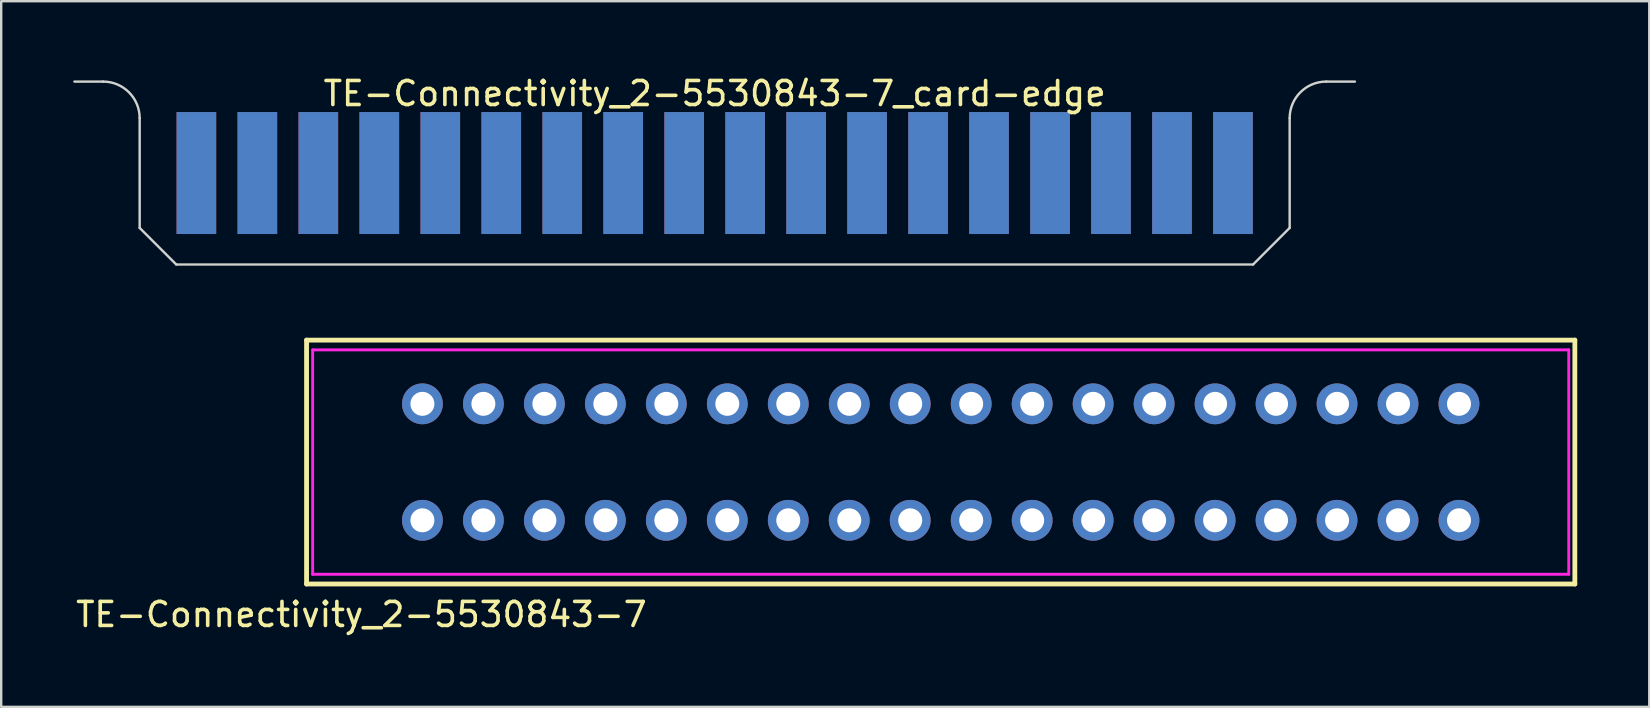
<source format=kicad_pcb>
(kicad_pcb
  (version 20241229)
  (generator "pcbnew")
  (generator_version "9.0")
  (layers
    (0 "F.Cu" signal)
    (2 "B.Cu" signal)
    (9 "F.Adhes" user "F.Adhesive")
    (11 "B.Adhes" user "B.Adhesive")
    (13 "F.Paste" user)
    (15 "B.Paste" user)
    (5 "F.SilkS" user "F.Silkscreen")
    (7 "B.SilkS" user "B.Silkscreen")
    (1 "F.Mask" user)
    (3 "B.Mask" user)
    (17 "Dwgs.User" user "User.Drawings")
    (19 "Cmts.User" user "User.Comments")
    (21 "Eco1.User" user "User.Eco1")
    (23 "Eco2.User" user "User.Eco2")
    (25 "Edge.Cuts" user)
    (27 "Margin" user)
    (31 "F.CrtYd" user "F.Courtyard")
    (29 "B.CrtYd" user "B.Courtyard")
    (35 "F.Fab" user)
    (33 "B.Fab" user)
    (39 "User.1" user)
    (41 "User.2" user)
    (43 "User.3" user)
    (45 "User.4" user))
  (footprint "TE-Connectivity_2-5530843-7_card-edge"
    (layer "F.Cu")
    (at 26.72 0.348)
    (property "Reference" "TE-Connectivity_2-5530843-7_card-edge" (at 0 0.5 0) (layer "F.SilkS") (effects (font (size 1 1) (thickness 0.15))))
    (attr smd)
    (fp_poly (pts (xy 23.952 1.27) (xy 23.952 6.096) (xy 22.428 7.595) (xy -22.428 7.62) (xy -23.952 6.096) (xy -23.952 1.27)) (stroke (width 0) (type solid)) (fill yes) (layer "F.Mask"))
    (fp_poly (pts (xy 23.952 1.27) (xy 23.952 6.096) (xy 22.428 7.62) (xy -22.428 7.62) (xy -23.952 6.096) (xy -23.952 1.27)) (stroke (width 0) (type solid)) (fill yes) (layer "B.Mask"))
    (fp_line (start -26.67 0) (end -25.476 0) (stroke (width 0.1) (type solid)) (layer "Edge.Cuts"))
    (fp_line (start -23.952 1.524) (end -23.952 6.096) (stroke (width 0.1) (type solid)) (layer "Edge.Cuts"))
    (fp_line (start -23.952 6.096) (end -22.428 7.62) (stroke (width 0.1) (type solid)) (layer "Edge.Cuts"))
    (fp_line (start -22.428 7.62) (end 22.428 7.62) (stroke (width 0.1) (type solid)) (layer "Edge.Cuts"))
    (fp_line (start 22.428 7.62) (end 23.952 6.096) (stroke (width 0.1) (type solid)) (layer "Edge.Cuts"))
    (fp_line (start 23.952 1.524) (end 23.952 6.096) (stroke (width 0.1) (type solid)) (layer "Edge.Cuts"))
    (fp_line (start 25.476 0) (end 26.67 0) (stroke (width 0.1) (type solid)) (layer "Edge.Cuts"))
    (fp_arc (start -25.4762 0) (mid -24.398569 0.446369) (end -23.9522 1.524) (stroke (width 0.1) (type solid)) (layer "Edge.Cuts"))
    (fp_arc (start 23.9522 1.524) (mid 24.398569 0.446369) (end 25.4762 0) (stroke (width 0.1) (type solid)) (layer "Edge.Cuts"))
    (pad "1" connect rect (at -21.59 3.81) (size 1.651 5.08) (layers "F.Cu" "F.Mask"))
    (pad "2" connect rect (at -21.59 3.81) (size 1.651 5.08) (layers "B.Cu" "B.Mask"))
    (pad "3" connect rect (at -19.05 3.81) (size 1.651 5.08) (layers "F.Cu" "F.Mask"))
    (pad "4" connect rect (at -19.05 3.81) (size 1.651 5.08) (layers "B.Cu" "B.Mask"))
    (pad "5" connect rect (at -16.51 3.81) (size 1.651 5.08) (layers "F.Cu" "F.Mask"))
    (pad "6" connect rect (at -16.51 3.81) (size 1.651 5.08) (layers "B.Cu" "B.Mask"))
    (pad "7" connect rect (at -13.97 3.81) (size 1.651 5.08) (layers "F.Cu" "F.Mask"))
    (pad "8" connect rect (at -13.97 3.81) (size 1.651 5.08) (layers "B.Cu" "B.Mask"))
    (pad "9" connect rect (at -11.43 3.81) (size 1.651 5.08) (layers "F.Cu" "F.Mask"))
    (pad "10" connect rect (at -11.43 3.81) (size 1.651 5.08) (layers "B.Cu" "B.Mask"))
    (pad "11" connect rect (at -8.89 3.81) (size 1.651 5.08) (layers "F.Cu" "F.Mask"))
    (pad "12" connect rect (at -8.89 3.81) (size 1.651 5.08) (layers "B.Cu" "B.Mask"))
    (pad "13" connect rect (at -6.35 3.81) (size 1.651 5.08) (layers "F.Cu" "F.Mask"))
    (pad "14" connect rect (at -6.35 3.81) (size 1.651 5.08) (layers "B.Cu" "B.Mask"))
    (pad "15" connect rect (at -3.81 3.81) (size 1.651 5.08) (layers "F.Cu" "F.Mask"))
    (pad "16" connect rect (at -3.81 3.81) (size 1.651 5.08) (layers "B.Cu" "B.Mask"))
    (pad "17" connect rect (at -1.27 3.81) (size 1.651 5.08) (layers "F.Cu" "F.Mask"))
    (pad "18" connect rect (at -1.27 3.81) (size 1.651 5.08) (layers "B.Cu" "B.Mask"))
    (pad "19" connect rect (at 1.27 3.81) (size 1.651 5.08) (layers "F.Cu" "F.Mask"))
    (pad "20" connect rect (at 1.27 3.81) (size 1.651 5.08) (layers "B.Cu" "B.Mask"))
    (pad "21" connect rect (at 3.81 3.81) (size 1.651 5.08) (layers "F.Cu" "F.Mask"))
    (pad "22" connect rect (at 3.81 3.81) (size 1.651 5.08) (layers "B.Cu" "B.Mask"))
    (pad "23" connect rect (at 6.35 3.81) (size 1.651 5.08) (layers "F.Cu" "F.Mask"))
    (pad "24" connect rect (at 6.35 3.81) (size 1.651 5.08) (layers "B.Cu" "B.Mask"))
    (pad "25" connect rect (at 8.89 3.81) (size 1.651 5.08) (layers "F.Cu" "F.Mask"))
    (pad "26" connect rect (at 8.89 3.81) (size 1.651 5.08) (layers "B.Cu" "B.Mask"))
    (pad "27" connect rect (at 11.43 3.81) (size 1.651 5.08) (layers "F.Cu" "F.Mask"))
    (pad "28" connect rect (at 11.43 3.81) (size 1.651 5.08) (layers "B.Cu" "B.Mask"))
    (pad "29" connect rect (at 13.97 3.81) (size 1.651 5.08) (layers "F.Cu" "F.Mask"))
    (pad "30" connect rect (at 13.97 3.81) (size 1.651 5.08) (layers "B.Cu" "B.Mask"))
    (pad "31" connect rect (at 16.51 3.81) (size 1.651 5.08) (layers "F.Cu" "F.Mask"))
    (pad "32" connect rect (at 16.51 3.81) (size 1.651 5.08) (layers "B.Cu" "B.Mask"))
    (pad "33" connect rect (at 19.05 3.81) (size 1.651 5.08) (layers "F.Cu" "F.Mask"))
    (pad "34" connect rect (at 19.05 3.81) (size 1.651 5.08) (layers "B.Cu" "B.Mask"))
    (pad "35" connect rect (at 21.59 3.81) (size 1.651 5.08) (layers "F.Cu" "F.Mask"))
    (pad "36" connect rect (at 21.59 3.81) (size 1.651 5.08) (layers "B.Cu" "B.Mask")))
  (footprint "TE-Connectivity_2-5530843-7"
    (layer "F.Cu")
    (at 36.136 16.198)
    (property "Reference" "TE-Connectivity_2-5530843-7" (at -24.13 6.35 0) (layer "F.SilkS") (effects (font (size 1 1) (thickness 0.15))))
    (attr through_hole)
    (fp_line (start -26.416 -5.08) (end 26.416 -5.08) (stroke (width 0.2) (type solid)) (layer "F.SilkS"))
    (fp_line (start -26.416 5.08) (end -26.416 -5.08) (stroke (width 0.2) (type solid)) (layer "F.SilkS"))
    (fp_line (start 26.416 -5.08) (end 26.416 5.08) (stroke (width 0.2) (type solid)) (layer "F.SilkS"))
    (fp_line (start 26.416 5.08) (end -26.416 5.08) (stroke (width 0.2) (type solid)) (layer "F.SilkS"))
    (fp_line (start -26.162 -4.674) (end 26.162 -4.674) (stroke (width 0.12) (type solid)) (layer "F.CrtYd"))
    (fp_line (start -26.162 4.674) (end -26.162 -4.674) (stroke (width 0.12) (type solid)) (layer "F.CrtYd"))
    (fp_line (start 26.162 -4.674) (end 26.162 4.674) (stroke (width 0.12) (type solid)) (layer "F.CrtYd"))
    (fp_line (start 26.162 4.674) (end -26.162 4.674) (stroke (width 0.12) (type solid)) (layer "F.CrtYd"))
    (pad "1" thru_hole circle (at -21.59 2.426) (size 1.7 1.7) (drill 1) (layers "*.Cu" "*.Mask"))
    (pad "2" thru_hole circle (at -21.59 -2.426) (size 1.7 1.7) (drill 1) (layers "*.Cu" "*.Mask"))
    (pad "3" thru_hole circle (at -19.05 2.426) (size 1.7 1.7) (drill 1) (layers "*.Cu" "*.Mask"))
    (pad "4" thru_hole circle (at -19.05 -2.426) (size 1.7 1.7) (drill 1) (layers "*.Cu" "*.Mask"))
    (pad "5" thru_hole circle (at -16.51 2.426) (size 1.7 1.7) (drill 1) (layers "*.Cu" "*.Mask"))
    (pad "6" thru_hole circle (at -16.51 -2.426) (size 1.7 1.7) (drill 1) (layers "*.Cu" "*.Mask"))
    (pad "7" thru_hole circle (at -13.97 2.426) (size 1.7 1.7) (drill 1) (layers "*.Cu" "*.Mask"))
    (pad "8" thru_hole circle (at -13.97 -2.426) (size 1.7 1.7) (drill 1) (layers "*.Cu" "*.Mask"))
    (pad "9" thru_hole circle (at -11.43 2.426) (size 1.7 1.7) (drill 1) (layers "*.Cu" "*.Mask"))
    (pad "10" thru_hole circle (at -11.43 -2.426) (size 1.7 1.7) (drill 1) (layers "*.Cu" "*.Mask"))
    (pad "11" thru_hole circle (at -8.89 2.426) (size 1.7 1.7) (drill 1) (layers "*.Cu" "*.Mask"))
    (pad "12" thru_hole circle (at -8.89 -2.426) (size 1.7 1.7) (drill 1) (layers "*.Cu" "*.Mask"))
    (pad "13" thru_hole circle (at -6.35 2.426) (size 1.7 1.7) (drill 1) (layers "*.Cu" "*.Mask"))
    (pad "14" thru_hole circle (at -6.35 -2.426) (size 1.7 1.7) (drill 1) (layers "*.Cu" "*.Mask"))
    (pad "15" thru_hole circle (at -3.81 2.426) (size 1.7 1.7) (drill 1) (layers "*.Cu" "*.Mask"))
    (pad "16" thru_hole circle (at -3.81 -2.426) (size 1.7 1.7) (drill 1) (layers "*.Cu" "*.Mask"))
    (pad "17" thru_hole circle (at -1.27 2.426) (size 1.7 1.7) (drill 1) (layers "*.Cu" "*.Mask"))
    (pad "18" thru_hole circle (at -1.27 -2.426) (size 1.7 1.7) (drill 1) (layers "*.Cu" "*.Mask"))
    (pad "19" thru_hole circle (at 1.27 2.426) (size 1.7 1.7) (drill 1) (layers "*.Cu" "*.Mask"))
    (pad "20" thru_hole circle (at 1.27 -2.426) (size 1.7 1.7) (drill 1) (layers "*.Cu" "*.Mask"))
    (pad "21" thru_hole circle (at 3.81 2.426) (size 1.7 1.7) (drill 1) (layers "*.Cu" "*.Mask"))
    (pad "22" thru_hole circle (at 3.81 -2.426) (size 1.7 1.7) (drill 1) (layers "*.Cu" "*.Mask"))
    (pad "23" thru_hole circle (at 6.35 2.426) (size 1.7 1.7) (drill 1) (layers "*.Cu" "*.Mask"))
    (pad "24" thru_hole circle (at 6.35 -2.426) (size 1.7 1.7) (drill 1) (layers "*.Cu" "*.Mask"))
    (pad "25" thru_hole circle (at 8.89 2.426 90) (size 1.7 1.7) (drill 1) (layers "*.Cu" "*.Mask"))
    (pad "26" thru_hole circle (at 8.89 -2.426) (size 1.7 1.7) (drill 1) (layers "*.Cu" "*.Mask"))
    (pad "27" thru_hole circle (at 11.43 2.426) (size 1.7 1.7) (drill 1) (layers "*.Cu" "*.Mask"))
    (pad "28" thru_hole circle (at 11.43 -2.426) (size 1.7 1.7) (drill 1) (layers "*.Cu" "*.Mask"))
    (pad "29" thru_hole circle (at 13.97 2.426) (size 1.7 1.7) (drill 1) (layers "*.Cu" "*.Mask"))
    (pad "30" thru_hole circle (at 13.97 -2.426) (size 1.7 1.7) (drill 1) (layers "*.Cu" "*.Mask"))
    (pad "31" thru_hole circle (at 16.51 2.426) (size 1.7 1.7) (drill 1) (layers "*.Cu" "*.Mask"))
    (pad "32" thru_hole circle (at 16.51 -2.426) (size 1.7 1.7) (drill 1) (layers "*.Cu" "*.Mask"))
    (pad "33" thru_hole circle (at 19.05 2.426) (size 1.7 1.7) (drill 1) (layers "*.Cu" "*.Mask"))
    (pad "34" thru_hole circle (at 19.05 -2.426) (size 1.7 1.7) (drill 1) (layers "*.Cu" "*.Mask"))
    (pad "35" thru_hole circle (at 21.59 2.426) (size 1.7 1.7) (drill 1) (layers "*.Cu" "*.Mask"))
    (pad "36" thru_hole circle (at 21.59 -2.426) (size 1.7 1.7) (drill 1) (layers "*.Cu" "*.Mask")))
  (gr_rect
    (start -3 -3)
    (end 65.652 26.396)
    (stroke (width 0.1) (type default))
    (fill no)
    (layer "Edge.Cuts")))
</source>
